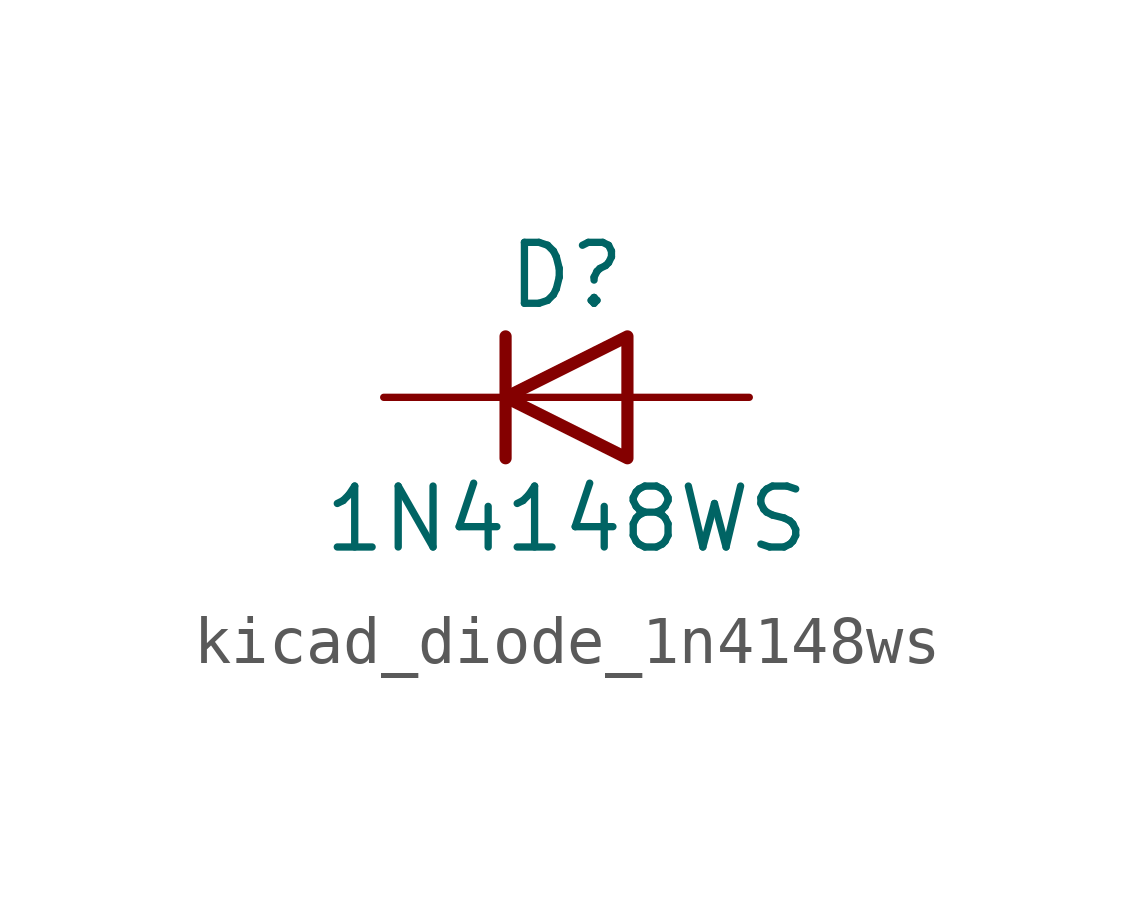
<source format=kicad_sym>
(kicad_symbol_lib
  (version 20220914)
  (generator kicad_symbol_editor)
  (symbol "kicad_diode_1n4148ws"
    (pin_numbers hide)
    (pin_names hide)
    (property "Reference" "D"
      (at 0 2.54 0)
      (effects (font (size 1.27 1.27))))
    (property "Value" "1N4148WS"
      (at 0 -2.54 0)
      (effects (font (size 1.27 1.27))))
    (symbol "kicad_diode_1n4148ws_0_1"
      (polyline (pts (xy -1.27 1.27) (xy -1.27 -1.27)) (stroke (width 0.254) (type default)) (fill (type none)))
      (polyline (pts (xy 1.27 0) (xy -1.27 0)) (stroke (width 0) (type default)) (fill (type none)))
      (polyline (pts (xy 1.27 1.27) (xy 1.27 -1.27) (xy -1.27 0) (xy 1.27 1.27)) (stroke (width 0.254) (type default)) (fill (type none))))
    (symbol "kicad_diode_1n4148ws_1_1"
      (pin passive line (at -3.81 0 0) (length 2.54) (name "K" (effects (font (size 1.27 1.27)))) (number "1" (effects (font (size 1.27 1.27)))))
      (pin passive line (at 3.81 0 180) (length 2.54) (name "A" (effects (font (size 1.27 1.27)))) (number "2" (effects (font (size 1.27 1.27))))))))
</source>
